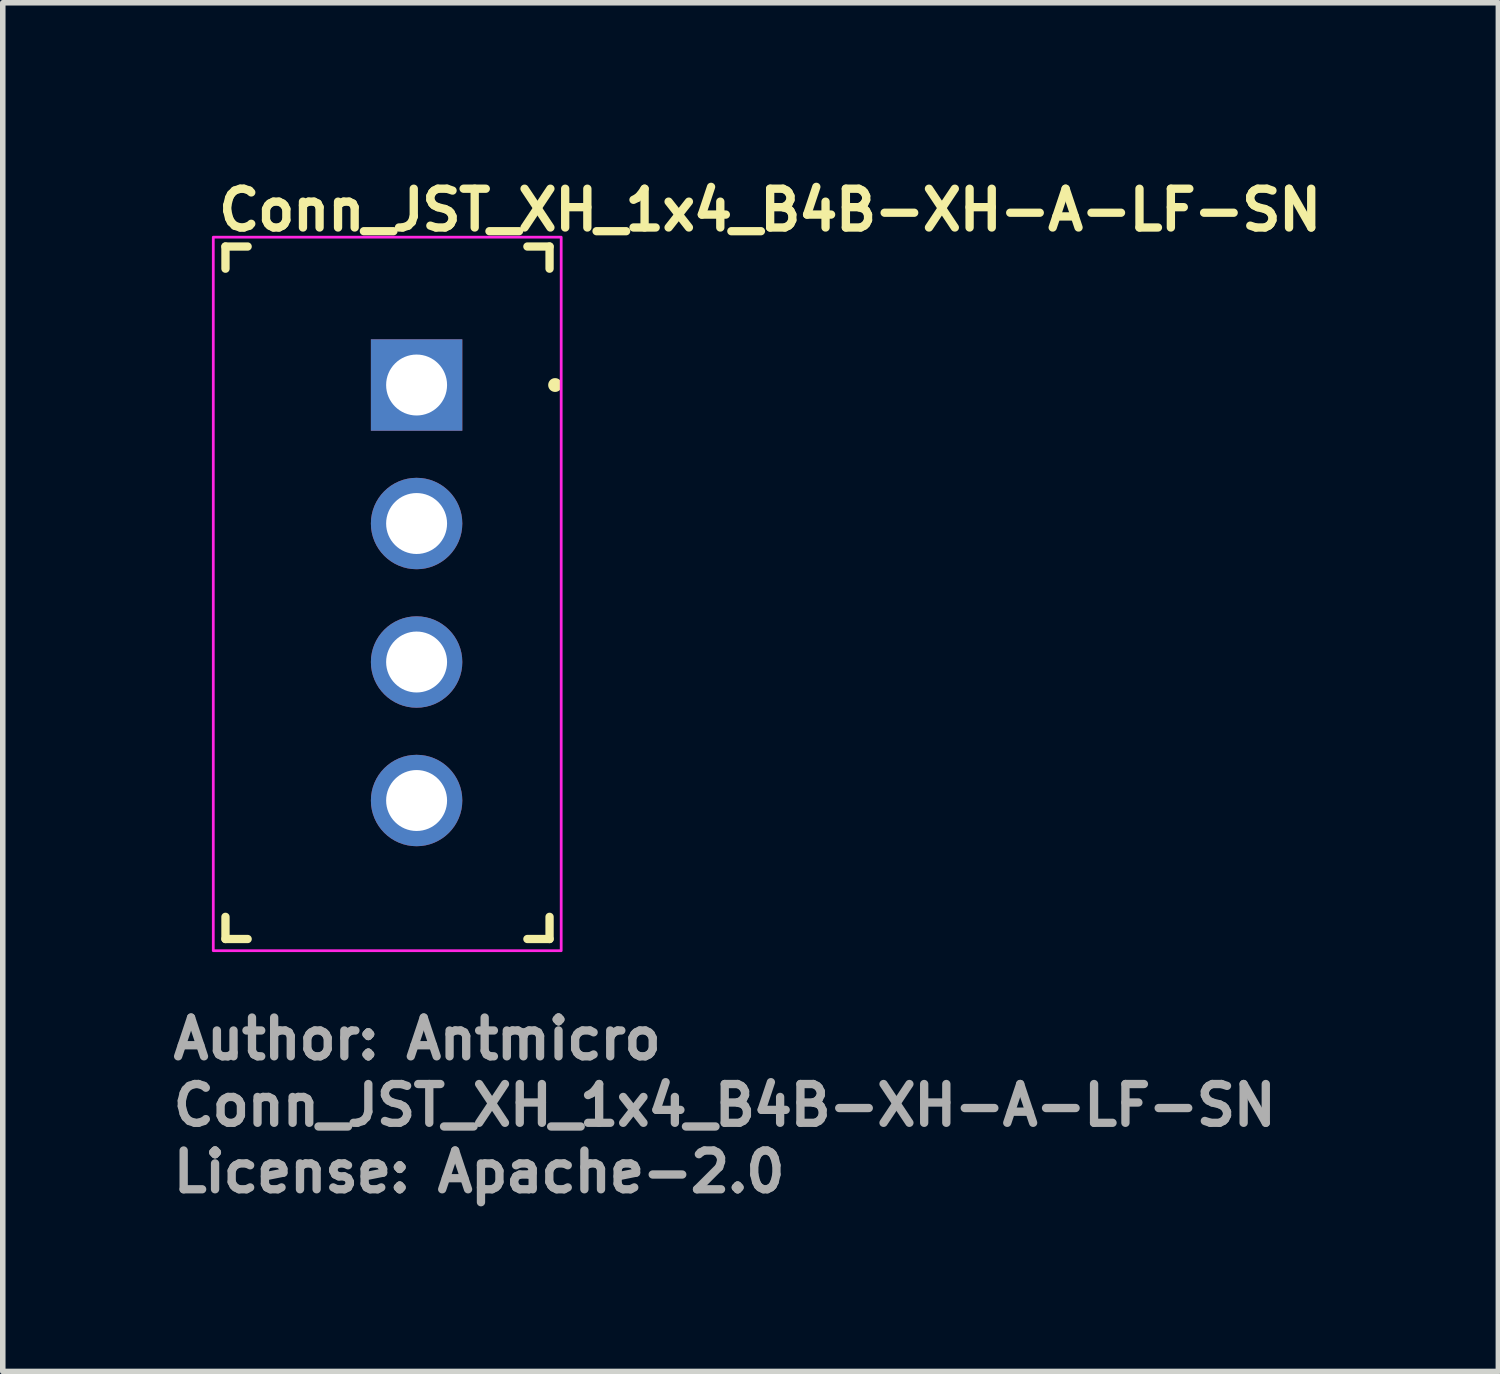
<source format=kicad_pcb>
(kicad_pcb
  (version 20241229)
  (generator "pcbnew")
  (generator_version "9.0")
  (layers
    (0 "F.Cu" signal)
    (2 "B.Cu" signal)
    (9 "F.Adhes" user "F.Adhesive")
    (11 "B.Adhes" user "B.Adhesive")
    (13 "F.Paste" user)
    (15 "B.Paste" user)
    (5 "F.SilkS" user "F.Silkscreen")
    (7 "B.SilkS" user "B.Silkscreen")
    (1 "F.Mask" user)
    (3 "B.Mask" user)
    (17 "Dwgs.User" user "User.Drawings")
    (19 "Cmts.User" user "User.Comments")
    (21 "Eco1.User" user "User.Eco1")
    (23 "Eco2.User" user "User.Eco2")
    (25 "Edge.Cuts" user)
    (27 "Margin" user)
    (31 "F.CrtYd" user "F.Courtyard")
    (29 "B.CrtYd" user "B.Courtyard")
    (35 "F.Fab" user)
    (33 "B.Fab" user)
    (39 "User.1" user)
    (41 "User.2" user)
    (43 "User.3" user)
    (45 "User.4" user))
  (footprint "Conn_JST_XH_1x4_B4B-XH-A-LF-SN"
    (layer "F.Cu")
    (at 4.47 3.9)
    (property "Reference" "Conn_JST_XH_1x4_B4B-XH-A-LF-SN" (at -3.65 -2.75 180) (layer "F.SilkS") (effects (font (size 0.7 0.7) (thickness 0.15)) (justify left bottom)))
    (attr through_hole)
    (fp_line (start -3.45 -2.5) (end -3.45 -2.1) (stroke (width 0.15) (type solid)) (layer "F.SilkS"))
    (fp_line (start -3.45 9.6) (end -3.45 10) (stroke (width 0.15) (type solid)) (layer "F.SilkS"))
    (fp_line (start -3.45 10) (end -3.05 10) (stroke (width 0.15) (type solid)) (layer "F.SilkS"))
    (fp_line (start -3.05 -2.5) (end -3.45 -2.5) (stroke (width 0.15) (type solid)) (layer "F.SilkS"))
    (fp_line (start 2 10) (end 2.4 10) (stroke (width 0.15) (type solid)) (layer "F.SilkS"))
    (fp_line (start 2.4 -2.5) (end 2 -2.5) (stroke (width 0.15) (type solid)) (layer "F.SilkS"))
    (fp_line (start 2.4 -2.1) (end 2.4 -2.5) (stroke (width 0.15) (type solid)) (layer "F.SilkS"))
    (fp_line (start 2.4 10) (end 2.4 9.6) (stroke (width 0.15) (type solid)) (layer "F.SilkS"))
    (fp_circle (center 2.5 0) (end 2.55 0) (stroke (width 0.15) (type solid)) (fill yes) (layer "F.SilkS"))
    (fp_rect (start -3.67 -2.669) (end 2.61 10.211) (stroke (width 0.05) (type solid)) (fill no) (layer "F.CrtYd"))
    (fp_rect (start -3.39 -2.439) (end 2.36 9.961) (stroke (width 0.1) (type solid)) (fill no) (layer "User.5"))
    (fp_line (start -3.39 -2.439) (end -3.39 9.961) (stroke (width 0.02) (type solid)) (layer "User.9"))
    (fp_line (start -2.98 -2.029) (end -2.69 -1.739) (stroke (width 0.02) (type solid)) (layer "User.9"))
    (fp_line (start -2.98 -2.029) (end 0.136 -2.029) (stroke (width 0.02) (type solid)) (layer "User.9"))
    (fp_line (start -2.98 9.551) (end -2.98 -2.029) (stroke (width 0.02) (type solid)) (layer "User.9"))
    (fp_line (start -2.98 9.551) (end -2.69 9.261) (stroke (width 0.02) (type solid)) (layer "User.9"))
    (fp_line (start -2.69 -1.739) (end -2.69 9.261) (stroke (width 0.02) (type solid)) (layer "User.9"))
    (fp_line (start -2.69 9.261) (end -2.98 9.551) (stroke (width 0.02) (type solid)) (layer "User.9"))
    (fp_line (start -2.69 9.261) (end 0.136 9.261) (stroke (width 0.02) (type solid)) (layer "User.9"))
    (fp_line (start -0.31 -0.309) (end -0.31 0.331) (stroke (width 0.02) (type solid)) (layer "User.9"))
    (fp_line (start -0.31 -0.309) (end -0.2 -0.2) (stroke (width 0.02) (type solid)) (layer "User.9"))
    (fp_line (start -0.31 0.331) (end 0.33 0.331) (stroke (width 0.02) (type solid)) (layer "User.9"))
    (fp_line (start -0.31 2.191) (end 0.33 2.191) (stroke (width 0.02) (type solid)) (layer "User.9"))
    (fp_line (start -0.31 2.831) (end -0.31 2.191) (stroke (width 0.02) (type solid)) (layer "User.9"))
    (fp_line (start -0.31 2.831) (end -0.2 2.721) (stroke (width 0.02) (type solid)) (layer "User.9"))
    (fp_line (start -0.31 4.691) (end 0.33 4.691) (stroke (width 0.02) (type solid)) (layer "User.9"))
    (fp_line (start -0.31 5.331) (end -0.31 4.691) (stroke (width 0.02) (type solid)) (layer "User.9"))
    (fp_line (start -0.31 5.331) (end -0.31 5.331) (stroke (width 0.02) (type solid)) (layer "User.9"))
    (fp_line (start -0.31 5.331) (end -0.2 5.221) (stroke (width 0.02) (type solid)) (layer "User.9"))
    (fp_line (start -0.31 7.191) (end 0.33 7.191) (stroke (width 0.02) (type solid)) (layer "User.9"))
    (fp_line (start -0.31 7.831) (end -0.31 7.191) (stroke (width 0.02) (type solid)) (layer "User.9"))
    (fp_line (start -0.31 7.831) (end -0.2 7.722) (stroke (width 0.02) (type solid)) (layer "User.9"))
    (fp_line (start -0.2 -0.2) (end 0.221 -0.2) (stroke (width 0.02) (type solid)) (layer "User.9"))
    (fp_line (start -0.2 0.222) (end -0.31 0.331) (stroke (width 0.02) (type solid)) (layer "User.9"))
    (fp_line (start -0.2 0.222) (end -0.2 -0.2) (stroke (width 0.02) (type solid)) (layer "User.9"))
    (fp_line (start -0.2 2.3) (end -0.31 2.19) (stroke (width 0.02) (type solid)) (layer "User.9"))
    (fp_line (start -0.2 2.3) (end -0.2 2.722) (stroke (width 0.02) (type solid)) (layer "User.9"))
    (fp_line (start -0.2 2.722) (end 0.221 2.722) (stroke (width 0.02) (type solid)) (layer "User.9"))
    (fp_line (start -0.2 4.8) (end -0.31 4.69) (stroke (width 0.02) (type solid)) (layer "User.9"))
    (fp_line (start -0.2 4.8) (end -0.2 5.222) (stroke (width 0.02) (type solid)) (layer "User.9"))
    (fp_line (start -0.2 5.222) (end 0.221 5.222) (stroke (width 0.02) (type solid)) (layer "User.9"))
    (fp_line (start -0.2 7.3) (end -0.31 7.19) (stroke (width 0.02) (type solid)) (layer "User.9"))
    (fp_line (start -0.2 7.3) (end -0.2 7.722) (stroke (width 0.02) (type solid)) (layer "User.9"))
    (fp_line (start -0.2 7.722) (end 0.221 7.721) (stroke (width 0.02) (type solid)) (layer "User.9"))
    (fp_line (start 0.136 -2.439) (end -3.39 -2.439) (stroke (width 0.02) (type solid)) (layer "User.9"))
    (fp_line (start 0.136 -2.439) (end 0.636 -2.439) (stroke (width 0.02) (type solid)) (layer "User.9"))
    (fp_line (start 0.136 -2.029) (end 0.136 -2.439) (stroke (width 0.02) (type solid)) (layer "User.9"))
    (fp_line (start 0.136 -2.029) (end 0.136 -1.739) (stroke (width 0.02) (type solid)) (layer "User.9"))
    (fp_line (start 0.136 -2.029) (end 0.136 -1.739) (stroke (width 0.02) (type solid)) (layer "User.9"))
    (fp_line (start 0.136 -1.739) (end -2.69 -1.739) (stroke (width 0.02) (type solid)) (layer "User.9"))
    (fp_line (start 0.136 9.261) (end 0.136 9.551) (stroke (width 0.02) (type solid)) (layer "User.9"))
    (fp_line (start 0.136 9.261) (end 0.136 9.551) (stroke (width 0.02) (type solid)) (layer "User.9"))
    (fp_line (start 0.136 9.261) (end 0.636 9.261) (stroke (width 0.02) (type solid)) (layer "User.9"))
    (fp_line (start 0.136 9.551) (end -2.98 9.551) (stroke (width 0.02) (type solid)) (layer "User.9"))
    (fp_line (start 0.136 9.961) (end 0.136 9.551) (stroke (width 0.02) (type solid)) (layer "User.9"))
    (fp_line (start 0.221 -0.2) (end 0.221 0.222) (stroke (width 0.02) (type solid)) (layer "User.9"))
    (fp_line (start 0.221 0.222) (end -0.2 0.222) (stroke (width 0.02) (type solid)) (layer "User.9"))
    (fp_line (start 0.221 0.222) (end 0.331 0.331) (stroke (width 0.02) (type solid)) (layer "User.9"))
    (fp_line (start 0.221 2.3) (end -0.2 2.3) (stroke (width 0.02) (type solid)) (layer "User.9"))
    (fp_line (start 0.221 2.3) (end 0.331 2.19) (stroke (width 0.02) (type solid)) (layer "User.9"))
    (fp_line (start 0.221 2.721) (end 0.221 2.3) (stroke (width 0.02) (type solid)) (layer "User.9"))
    (fp_line (start 0.221 2.722) (end 0.33 2.831) (stroke (width 0.02) (type solid)) (layer "User.9"))
    (fp_line (start 0.221 4.8) (end -0.2 4.8) (stroke (width 0.02) (type solid)) (layer "User.9"))
    (fp_line (start 0.221 4.8) (end 0.331 4.69) (stroke (width 0.02) (type solid)) (layer "User.9"))
    (fp_line (start 0.221 5.221) (end 0.221 4.8) (stroke (width 0.02) (type solid)) (layer "User.9"))
    (fp_line (start 0.221 5.222) (end 0.33 5.331) (stroke (width 0.02) (type solid)) (layer "User.9"))
    (fp_line (start 0.221 7.3) (end -0.2 7.3) (stroke (width 0.02) (type solid)) (layer "User.9"))
    (fp_line (start 0.221 7.3) (end 0.331 7.19) (stroke (width 0.02) (type solid)) (layer "User.9"))
    (fp_line (start 0.221 7.721) (end 0.221 7.3) (stroke (width 0.02) (type solid)) (layer "User.9"))
    (fp_line (start 0.33 -0.309) (end -0.31 -0.309) (stroke (width 0.02) (type solid)) (layer "User.9"))
    (fp_line (start 0.33 -0.309) (end 0.221 -0.2) (stroke (width 0.02) (type solid)) (layer "User.9"))
    (fp_line (start 0.33 0.331) (end 0.33 -0.309) (stroke (width 0.02) (type solid)) (layer "User.9"))
    (fp_line (start 0.33 2.191) (end 0.33 2.831) (stroke (width 0.02) (type solid)) (layer "User.9"))
    (fp_line (start 0.33 2.831) (end -0.31 2.831) (stroke (width 0.02) (type solid)) (layer "User.9"))
    (fp_line (start 0.33 2.831) (end 0.221 2.721) (stroke (width 0.02) (type solid)) (layer "User.9"))
    (fp_line (start 0.33 4.691) (end 0.33 5.331) (stroke (width 0.02) (type solid)) (layer "User.9"))
    (fp_line (start 0.33 5.331) (end -0.31 5.331) (stroke (width 0.02) (type solid)) (layer "User.9"))
    (fp_line (start 0.33 5.331) (end 0.221 5.221) (stroke (width 0.02) (type solid)) (layer "User.9"))
    (fp_line (start 0.33 7.191) (end 0.33 7.831) (stroke (width 0.02) (type solid)) (layer "User.9"))
    (fp_line (start 0.33 7.831) (end -0.31 7.831) (stroke (width 0.02) (type solid)) (layer "User.9"))
    (fp_line (start 0.33 7.831) (end 0.221 7.721) (stroke (width 0.02) (type solid)) (layer "User.9"))
    (fp_line (start 0.635 -2.439) (end 0.636 -2.439) (stroke (width 0.02) (type solid)) (layer "User.9"))
    (fp_line (start 0.635 9.961) (end 0.636 9.961) (stroke (width 0.02) (type solid)) (layer "User.9"))
    (fp_line (start 0.636 -1.739) (end 0.136 -1.739) (stroke (width 0.02) (type solid)) (layer "User.9"))
    (fp_line (start 0.636 9.261) (end 1.135 9.261) (stroke (width 0.02) (type solid)) (layer "User.9"))
    (fp_line (start 0.636 9.961) (end -3.39 9.961) (stroke (width 0.02) (type solid)) (layer "User.9"))
    (fp_line (start 0.636 9.961) (end 0.136 9.961) (stroke (width 0.02) (type solid)) (layer "User.9"))
    (fp_line (start 1.135 9.261) (end 1.135 9.551) (stroke (width 0.02) (type solid)) (layer "User.9"))
    (fp_line (start 1.135 9.961) (end 1.136 9.961) (stroke (width 0.02) (type solid)) (layer "User.9"))
    (fp_line (start 1.136 -2.439) (end 0.635 -2.439) (stroke (width 0.02) (type solid)) (layer "User.9"))
    (fp_line (start 1.136 -2.029) (end 1.136 -2.439) (stroke (width 0.02) (type solid)) (layer "User.9"))
    (fp_line (start 1.136 -2.029) (end 1.136 -2.029) (stroke (width 0.02) (type solid)) (layer "User.9"))
    (fp_line (start 1.136 -2.029) (end 1.136 -1.739) (stroke (width 0.02) (type solid)) (layer "User.9"))
    (fp_line (start 1.136 -2.029) (end 1.95 -2.029) (stroke (width 0.02) (type solid)) (layer "User.9"))
    (fp_line (start 1.136 -1.739) (end 0.635 -1.739) (stroke (width 0.02) (type solid)) (layer "User.9"))
    (fp_line (start 1.136 -1.739) (end 1.136 -2.029) (stroke (width 0.02) (type solid)) (layer "User.9"))
    (fp_line (start 1.136 9.261) (end 1.66 9.261) (stroke (width 0.02) (type solid)) (layer "User.9"))
    (fp_line (start 1.136 9.551) (end 1.136 9.261) (stroke (width 0.02) (type solid)) (layer "User.9"))
    (fp_line (start 1.136 9.961) (end 0.635 9.961) (stroke (width 0.02) (type solid)) (layer "User.9"))
    (fp_line (start 1.136 9.961) (end 1.136 9.551) (stroke (width 0.02) (type solid)) (layer "User.9"))
    (fp_line (start 1.66 -1.739) (end 1.136 -1.739) (stroke (width 0.02) (type solid)) (layer "User.9"))
    (fp_line (start 1.66 -0.489) (end 1.66 -1.739) (stroke (width 0.02) (type solid)) (layer "User.9"))
    (fp_line (start 1.66 -0.489) (end 1.662 -0.489) (stroke (width 0.02) (type solid)) (layer "User.9"))
    (fp_line (start 1.66 0.011) (end 1.66 -0.489) (stroke (width 0.02) (type solid)) (layer "User.9"))
    (fp_line (start 1.66 0.011) (end 2.36 0.011) (stroke (width 0.02) (type solid)) (layer "User.9"))
    (fp_line (start 1.66 0.661) (end 1.66 0.011) (stroke (width 0.02) (type solid)) (layer "User.9"))
    (fp_line (start 1.66 0.661) (end 1.95 0.661) (stroke (width 0.02) (type solid)) (layer "User.9"))
    (fp_line (start 1.66 6.861) (end 1.66 0.011) (stroke (width 0.02) (type solid)) (layer "User.9"))
    (fp_line (start 1.66 6.861) (end 1.66 7.511) (stroke (width 0.02) (type solid)) (layer "User.9"))
    (fp_line (start 1.66 7.511) (end 1.66 8.011) (stroke (width 0.02) (type solid)) (layer "User.9"))
    (fp_line (start 1.66 7.511) (end 1.66 8.011) (stroke (width 0.02) (type solid)) (layer "User.9"))
    (fp_line (start 1.66 7.511) (end 2.36 7.511) (stroke (width 0.02) (type solid)) (layer "User.9"))
    (fp_line (start 1.66 8.011) (end 1.662 8.011) (stroke (width 0.02) (type solid)) (layer "User.9"))
    (fp_line (start 1.66 9.261) (end 1.66 8.011) (stroke (width 0.02) (type solid)) (layer "User.9"))
    (fp_line (start 1.662 -0.489) (end 1.66 -0.489) (stroke (width 0.02) (type solid)) (layer "User.9"))
    (fp_line (start 1.662 -0.489) (end 2.36 -0.489) (stroke (width 0.02) (type solid)) (layer "User.9"))
    (fp_line (start 1.662 8.011) (end 1.678 8.013) (stroke (width 0.02) (type solid)) (layer "User.9"))
    (fp_line (start 1.662 8.011) (end 2.36 8.011) (stroke (width 0.02) (type solid)) (layer "User.9"))
    (fp_line (start 1.678 -0.492) (end 1.662 -0.489) (stroke (width 0.02) (type solid)) (layer "User.9"))
    (fp_line (start 1.678 8.013) (end 1.694 8.021) (stroke (width 0.02) (type solid)) (layer "User.9"))
    (fp_line (start 1.694 -0.5) (end 1.678 -0.492) (stroke (width 0.02) (type solid)) (layer "User.9"))
    (fp_line (start 1.694 8.021) (end 1.709 8.035) (stroke (width 0.02) (type solid)) (layer "User.9"))
    (fp_line (start 1.709 -0.513) (end 1.694 -0.5) (stroke (width 0.02) (type solid)) (layer "User.9"))
    (fp_line (start 1.709 8.035) (end 1.723 8.055) (stroke (width 0.02) (type solid)) (layer "User.9"))
    (fp_line (start 1.723 8.055) (end 1.734 8.079) (stroke (width 0.02) (type solid)) (layer "User.9"))
    (fp_line (start 1.724 -0.533) (end 1.709 -0.513) (stroke (width 0.02) (type solid)) (layer "User.9"))
    (fp_line (start 1.734 -0.557) (end 1.724 -0.533) (stroke (width 0.02) (type solid)) (layer "User.9"))
    (fp_line (start 1.734 8.079) (end 1.742 8.106) (stroke (width 0.02) (type solid)) (layer "User.9"))
    (fp_line (start 1.742 -0.584) (end 1.734 -0.557) (stroke (width 0.02) (type solid)) (layer "User.9"))
    (fp_line (start 1.742 8.106) (end 1.747 8.133) (stroke (width 0.02) (type solid)) (layer "User.9"))
    (fp_line (start 1.747 -0.612) (end 1.742 -0.584) (stroke (width 0.02) (type solid)) (layer "User.9"))
    (fp_line (start 1.747 8.133) (end 1.748 8.161) (stroke (width 0.02) (type solid)) (layer "User.9"))
    (fp_line (start 1.748 -0.639) (end 1.747 -0.612) (stroke (width 0.02) (type solid)) (layer "User.9"))
    (fp_line (start 1.748 8.161) (end 1.95 8.161) (stroke (width 0.02) (type solid)) (layer "User.9"))
    (fp_line (start 1.95 -2.029) (end 1.66 -1.739) (stroke (width 0.02) (type solid)) (layer "User.9"))
    (fp_line (start 1.95 -2.029) (end 1.95 -0.639) (stroke (width 0.02) (type solid)) (layer "User.9"))
    (fp_line (start 1.95 -0.639) (end 1.748 -0.639) (stroke (width 0.02) (type solid)) (layer "User.9"))
    (fp_line (start 1.95 -0.639) (end 2.36 -0.639) (stroke (width 0.02) (type solid)) (layer "User.9"))
    (fp_line (start 1.95 0.661) (end 1.95 6.861) (stroke (width 0.02) (type solid)) (layer "User.9"))
    (fp_line (start 1.95 0.661) (end 2.36 0.661) (stroke (width 0.02) (type solid)) (layer "User.9"))
    (fp_line (start 1.95 6.861) (end 1.66 6.861) (stroke (width 0.02) (type solid)) (layer "User.9"))
    (fp_line (start 1.95 6.861) (end 1.66 6.861) (stroke (width 0.02) (type solid)) (layer "User.9"))
    (fp_line (start 1.95 6.861) (end 1.95 6.861) (stroke (width 0.02) (type solid)) (layer "User.9"))
    (fp_line (start 1.95 6.861) (end 2.36 6.861) (stroke (width 0.02) (type solid)) (layer "User.9"))
    (fp_line (start 1.95 8.161) (end 1.95 9.551) (stroke (width 0.02) (type solid)) (layer "User.9"))
    (fp_line (start 1.95 8.161) (end 2.36 8.161) (stroke (width 0.02) (type solid)) (layer "User.9"))
    (fp_line (start 1.95 9.551) (end 1.135 9.551) (stroke (width 0.02) (type solid)) (layer "User.9"))
    (fp_line (start 1.95 9.551) (end 1.66 9.261) (stroke (width 0.02) (type solid)) (layer "User.9"))
    (fp_line (start 2.36 -2.439) (end 0.636 -2.439) (stroke (width 0.02) (type solid)) (layer "User.9"))
    (fp_line (start 2.36 -2.439) (end 2.36 -0.639) (stroke (width 0.02) (type solid)) (layer "User.9"))
    (fp_line (start 2.36 -0.639) (end 1.95 -0.639) (stroke (width 0.02) (type solid)) (layer "User.9"))
    (fp_line (start 2.36 -0.639) (end 2.36 0.011) (stroke (width 0.02) (type solid)) (layer "User.9"))
    (fp_line (start 2.36 0.011) (end 2.36 -0.489) (stroke (width 0.02) (type solid)) (layer "User.9"))
    (fp_line (start 2.36 0.661) (end 1.95 0.661) (stroke (width 0.02) (type solid)) (layer "User.9"))
    (fp_line (start 2.36 0.661) (end 2.36 0.011) (stroke (width 0.02) (type solid)) (layer "User.9"))
    (fp_line (start 2.36 0.661) (end 2.36 6.861) (stroke (width 0.02) (type solid)) (layer "User.9"))
    (fp_line (start 2.36 6.861) (end 2.36 7.511) (stroke (width 0.02) (type solid)) (layer "User.9"))
    (fp_line (start 2.36 7.511) (end 2.36 6.861) (stroke (width 0.02) (type solid)) (layer "User.9"))
    (fp_line (start 2.36 7.511) (end 2.36 8.161) (stroke (width 0.02) (type solid)) (layer "User.9"))
    (fp_line (start 2.36 8.011) (end 2.36 8.161) (stroke (width 0.02) (type solid)) (layer "User.9"))
    (fp_line (start 2.36 8.161) (end 2.36 9.961) (stroke (width 0.02) (type solid)) (layer "User.9"))
    (fp_line (start 2.36 9.961) (end 1.135 9.961) (stroke (width 0.02) (type solid)) (layer "User.9"))
    (fp_text user "${REFERENCE}" (at -4.47 13.411 0) (layer "F.Fab") (effects (font (size 0.7 0.7) (thickness 0.15)) (justify left bottom)))
    (fp_text user "License: Apache-2.0" (at -4.47 14.611 0) (layer "F.Fab") (effects (font (size 0.7 0.7) (thickness 0.15)) (justify left bottom)))
    (fp_text user "Author: Antmicro" (at -4.47 12.211 0) (layer "F.Fab") (effects (font (size 0.7 0.7) (thickness 0.15)) (justify left bottom)))
    (pad "1" thru_hole rect (at 0 0 270) (size 1.65 1.65) (drill 1.1) (layers "*.Cu" "*.Mask"))
    (pad "2" thru_hole circle (at 0 2.5 270) (size 1.65 1.65) (drill 1.1) (layers "*.Cu" "*.Mask"))
    (pad "3" thru_hole circle (at 0 5 270) (size 1.65 1.65) (drill 1.1) (layers "*.Cu" "*.Mask"))
    (pad "4" thru_hole circle (at 0 7.5 270) (size 1.65 1.65) (drill 1.1) (layers "*.Cu" "*.Mask")))
  (gr_rect
    (start -3 -3)
    (end 23.997 21.706)
    (stroke (width 0.1) (type default))
    (fill no)
    (layer "Edge.Cuts")))
</source>
